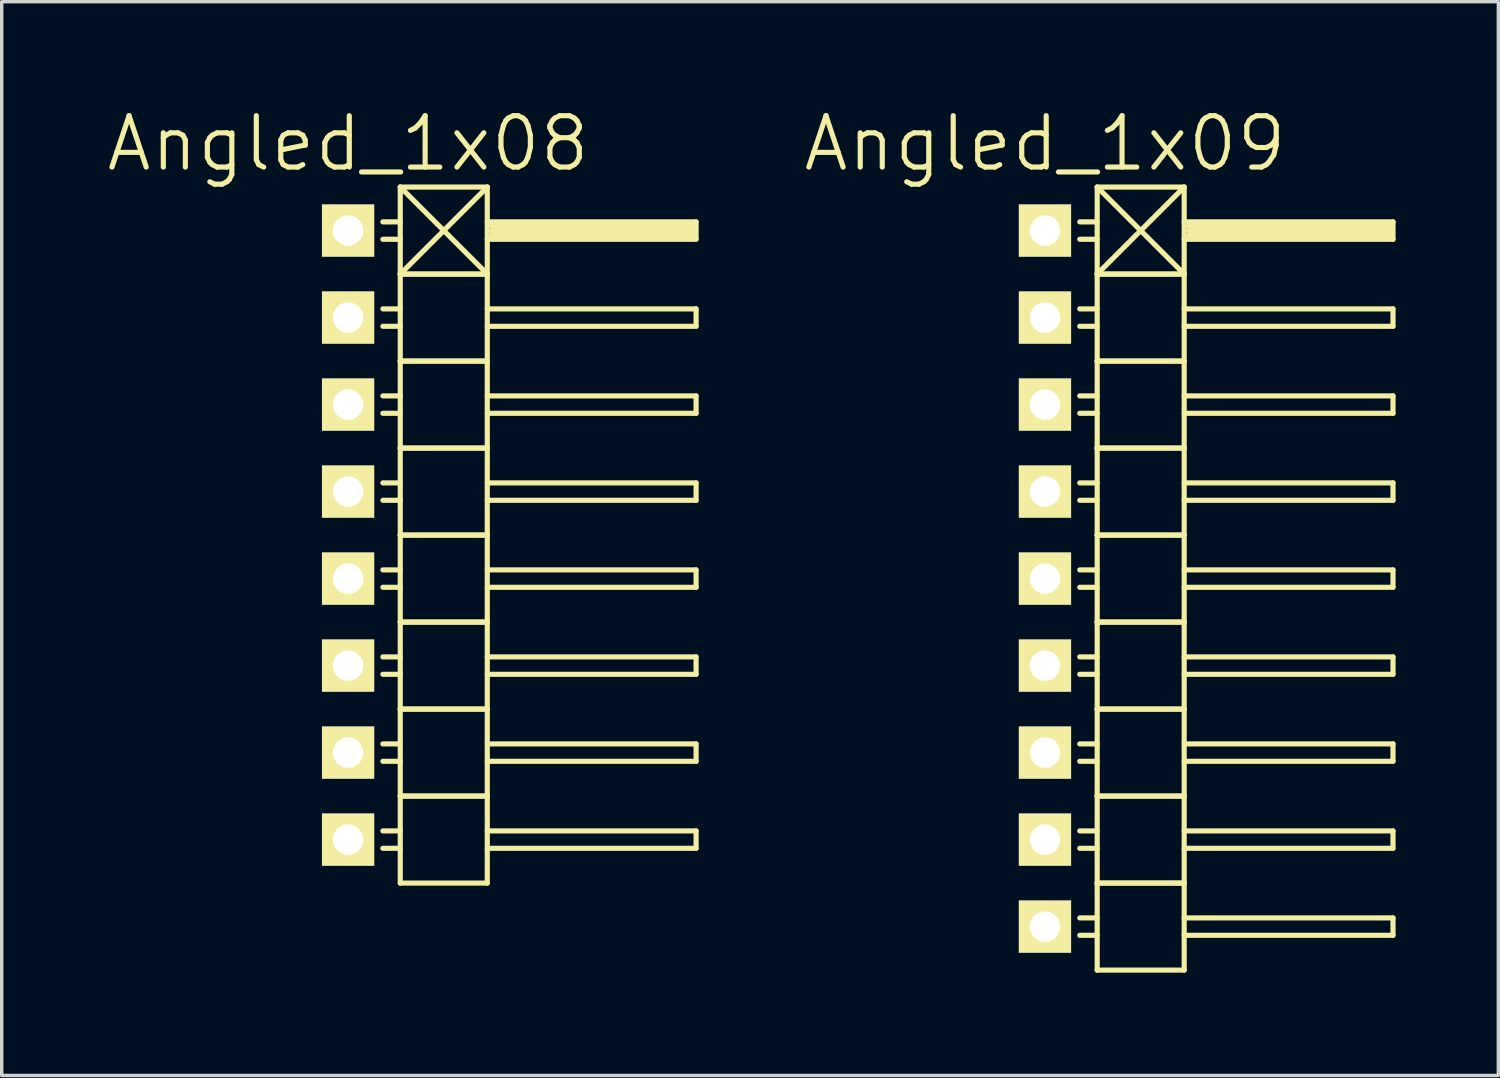
<source format=kicad_pcb>
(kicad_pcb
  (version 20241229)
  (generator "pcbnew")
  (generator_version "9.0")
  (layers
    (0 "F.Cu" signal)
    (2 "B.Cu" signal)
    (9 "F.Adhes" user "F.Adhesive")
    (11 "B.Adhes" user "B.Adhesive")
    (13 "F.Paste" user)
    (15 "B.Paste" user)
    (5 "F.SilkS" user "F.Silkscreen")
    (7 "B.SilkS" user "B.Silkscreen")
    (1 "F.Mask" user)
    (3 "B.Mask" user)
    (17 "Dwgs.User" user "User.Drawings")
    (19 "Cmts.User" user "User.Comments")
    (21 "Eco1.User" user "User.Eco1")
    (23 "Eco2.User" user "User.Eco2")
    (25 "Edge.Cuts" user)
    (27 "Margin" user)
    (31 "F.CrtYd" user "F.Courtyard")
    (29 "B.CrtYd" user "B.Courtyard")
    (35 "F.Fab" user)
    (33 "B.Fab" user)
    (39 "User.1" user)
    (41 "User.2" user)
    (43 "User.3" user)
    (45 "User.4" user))
  (footprint "Angled_1x09"
    (layer "F.Cu")
    (at 27.456 13.841)
    (property "Reference" "Angled_1x09" (at 0 -12.7 0) (layer "F.SilkS") (effects (font (size 1.5 1.5) (thickness 0.15))))
    (attr through_hole)
    (fp_line (start 1.524 -11.43) (end 1.524 -8.89) (stroke (width 0.15) (type solid)) (layer "F.SilkS"))
    (fp_line (start 1.524 -11.43) (end 4.064 -11.43) (stroke (width 0.15) (type solid)) (layer "F.SilkS"))
    (fp_line (start 1.524 -10.414) (end 1.016 -10.414) (stroke (width 0.15) (type solid)) (layer "F.SilkS"))
    (fp_line (start 1.524 -9.906) (end 1.016 -9.906) (stroke (width 0.15) (type solid)) (layer "F.SilkS"))
    (fp_line (start 1.524 -8.89) (end 1.524 -6.35) (stroke (width 0.15) (type solid)) (layer "F.SilkS"))
    (fp_line (start 1.524 -8.89) (end 4.064 -8.89) (stroke (width 0.15) (type solid)) (layer "F.SilkS"))
    (fp_line (start 1.524 -8.89) (end 4.064 -8.89) (stroke (width 0.15) (type solid)) (layer "F.SilkS"))
    (fp_line (start 1.524 -7.874) (end 1.016 -7.874) (stroke (width 0.15) (type solid)) (layer "F.SilkS"))
    (fp_line (start 1.524 -7.366) (end 1.016 -7.366) (stroke (width 0.15) (type solid)) (layer "F.SilkS"))
    (fp_line (start 1.524 -6.35) (end 1.524 -3.81) (stroke (width 0.15) (type solid)) (layer "F.SilkS"))
    (fp_line (start 1.524 -6.35) (end 4.064 -6.35) (stroke (width 0.15) (type solid)) (layer "F.SilkS"))
    (fp_line (start 1.524 -6.35) (end 4.064 -6.35) (stroke (width 0.15) (type solid)) (layer "F.SilkS"))
    (fp_line (start 1.524 -5.334) (end 1.016 -5.334) (stroke (width 0.15) (type solid)) (layer "F.SilkS"))
    (fp_line (start 1.524 -4.826) (end 1.016 -4.826) (stroke (width 0.15) (type solid)) (layer "F.SilkS"))
    (fp_line (start 1.524 -3.81) (end 1.524 -1.27) (stroke (width 0.15) (type solid)) (layer "F.SilkS"))
    (fp_line (start 1.524 -3.81) (end 4.064 -3.81) (stroke (width 0.15) (type solid)) (layer "F.SilkS"))
    (fp_line (start 1.524 -3.81) (end 4.064 -3.81) (stroke (width 0.15) (type solid)) (layer "F.SilkS"))
    (fp_line (start 1.524 -2.794) (end 1.016 -2.794) (stroke (width 0.15) (type solid)) (layer "F.SilkS"))
    (fp_line (start 1.524 -2.286) (end 1.016 -2.286) (stroke (width 0.15) (type solid)) (layer "F.SilkS"))
    (fp_line (start 1.524 -1.27) (end 1.524 1.27) (stroke (width 0.15) (type solid)) (layer "F.SilkS"))
    (fp_line (start 1.524 -1.27) (end 4.064 -1.27) (stroke (width 0.15) (type solid)) (layer "F.SilkS"))
    (fp_line (start 1.524 -1.27) (end 4.064 -1.27) (stroke (width 0.15) (type solid)) (layer "F.SilkS"))
    (fp_line (start 1.524 -0.254) (end 1.016 -0.254) (stroke (width 0.15) (type solid)) (layer "F.SilkS"))
    (fp_line (start 1.524 0.254) (end 1.016 0.254) (stroke (width 0.15) (type solid)) (layer "F.SilkS"))
    (fp_line (start 1.524 1.27) (end 1.524 3.81) (stroke (width 0.15) (type solid)) (layer "F.SilkS"))
    (fp_line (start 1.524 1.27) (end 4.064 1.27) (stroke (width 0.15) (type solid)) (layer "F.SilkS"))
    (fp_line (start 1.524 1.27) (end 4.064 1.27) (stroke (width 0.15) (type solid)) (layer "F.SilkS"))
    (fp_line (start 1.524 2.286) (end 1.016 2.286) (stroke (width 0.15) (type solid)) (layer "F.SilkS"))
    (fp_line (start 1.524 2.794) (end 1.016 2.794) (stroke (width 0.15) (type solid)) (layer "F.SilkS"))
    (fp_line (start 1.524 3.81) (end 1.524 6.35) (stroke (width 0.15) (type solid)) (layer "F.SilkS"))
    (fp_line (start 1.524 3.81) (end 4.064 3.81) (stroke (width 0.15) (type solid)) (layer "F.SilkS"))
    (fp_line (start 1.524 3.81) (end 4.064 3.81) (stroke (width 0.15) (type solid)) (layer "F.SilkS"))
    (fp_line (start 1.524 4.826) (end 1.016 4.826) (stroke (width 0.15) (type solid)) (layer "F.SilkS"))
    (fp_line (start 1.524 5.334) (end 1.016 5.334) (stroke (width 0.15) (type solid)) (layer "F.SilkS"))
    (fp_line (start 1.524 6.35) (end 1.524 8.89) (stroke (width 0.15) (type solid)) (layer "F.SilkS"))
    (fp_line (start 1.524 6.35) (end 4.064 6.35) (stroke (width 0.15) (type solid)) (layer "F.SilkS"))
    (fp_line (start 1.524 6.35) (end 4.064 6.35) (stroke (width 0.15) (type solid)) (layer "F.SilkS"))
    (fp_line (start 1.524 7.366) (end 1.016 7.366) (stroke (width 0.15) (type solid)) (layer "F.SilkS"))
    (fp_line (start 1.524 7.874) (end 1.016 7.874) (stroke (width 0.15) (type solid)) (layer "F.SilkS"))
    (fp_line (start 1.524 8.89) (end 1.524 11.43) (stroke (width 0.15) (type solid)) (layer "F.SilkS"))
    (fp_line (start 1.524 8.89) (end 4.064 8.89) (stroke (width 0.15) (type solid)) (layer "F.SilkS"))
    (fp_line (start 1.524 8.89) (end 4.064 8.89) (stroke (width 0.15) (type solid)) (layer "F.SilkS"))
    (fp_line (start 1.524 9.906) (end 1.016 9.906) (stroke (width 0.15) (type solid)) (layer "F.SilkS"))
    (fp_line (start 1.524 10.414) (end 1.016 10.414) (stroke (width 0.15) (type solid)) (layer "F.SilkS"))
    (fp_line (start 1.524 11.43) (end 4.064 11.43) (stroke (width 0.15) (type solid)) (layer "F.SilkS"))
    (fp_line (start 4.064 -11.43) (end 1.524 -8.89) (stroke (width 0.15) (type solid)) (layer "F.SilkS"))
    (fp_line (start 4.064 -10.414) (end 10.16 -10.414) (stroke (width 0.15) (type solid)) (layer "F.SilkS"))
    (fp_line (start 4.064 -8.89) (end 1.524 -11.43) (stroke (width 0.15) (type solid)) (layer "F.SilkS"))
    (fp_line (start 4.064 -8.89) (end 4.064 -11.43) (stroke (width 0.15) (type solid)) (layer "F.SilkS"))
    (fp_line (start 4.064 -7.874) (end 10.16 -7.874) (stroke (width 0.15) (type solid)) (layer "F.SilkS"))
    (fp_line (start 4.064 -6.35) (end 4.064 -8.89) (stroke (width 0.15) (type solid)) (layer "F.SilkS"))
    (fp_line (start 4.064 -5.334) (end 10.16 -5.334) (stroke (width 0.15) (type solid)) (layer "F.SilkS"))
    (fp_line (start 4.064 -3.81) (end 4.064 -6.35) (stroke (width 0.15) (type solid)) (layer "F.SilkS"))
    (fp_line (start 4.064 -2.794) (end 10.16 -2.794) (stroke (width 0.15) (type solid)) (layer "F.SilkS"))
    (fp_line (start 4.064 -1.27) (end 4.064 -3.81) (stroke (width 0.15) (type solid)) (layer "F.SilkS"))
    (fp_line (start 4.064 -0.254) (end 10.16 -0.254) (stroke (width 0.15) (type solid)) (layer "F.SilkS"))
    (fp_line (start 4.064 1.27) (end 4.064 -1.27) (stroke (width 0.15) (type solid)) (layer "F.SilkS"))
    (fp_line (start 4.064 2.286) (end 10.16 2.286) (stroke (width 0.15) (type solid)) (layer "F.SilkS"))
    (fp_line (start 4.064 3.81) (end 4.064 1.27) (stroke (width 0.15) (type solid)) (layer "F.SilkS"))
    (fp_line (start 4.064 4.826) (end 10.16 4.826) (stroke (width 0.15) (type solid)) (layer "F.SilkS"))
    (fp_line (start 4.064 6.35) (end 4.064 3.81) (stroke (width 0.15) (type solid)) (layer "F.SilkS"))
    (fp_line (start 4.064 7.366) (end 10.16 7.366) (stroke (width 0.15) (type solid)) (layer "F.SilkS"))
    (fp_line (start 4.064 8.89) (end 4.064 6.35) (stroke (width 0.15) (type solid)) (layer "F.SilkS"))
    (fp_line (start 4.064 9.906) (end 10.16 9.906) (stroke (width 0.15) (type solid)) (layer "F.SilkS"))
    (fp_line (start 4.064 11.43) (end 4.064 8.89) (stroke (width 0.15) (type solid)) (layer "F.SilkS"))
    (fp_line (start 4.191 -10.287) (end 10.033 -10.287) (stroke (width 0.15) (type solid)) (layer "F.SilkS"))
    (fp_line (start 4.191 -10.16) (end 10.033 -10.16) (stroke (width 0.15) (type solid)) (layer "F.SilkS"))
    (fp_line (start 10.033 -10.287) (end 10.033 -10.033) (stroke (width 0.15) (type solid)) (layer "F.SilkS"))
    (fp_line (start 10.033 -10.033) (end 4.191 -10.033) (stroke (width 0.15) (type solid)) (layer "F.SilkS"))
    (fp_line (start 10.16 -10.414) (end 10.16 -9.906) (stroke (width 0.15) (type solid)) (layer "F.SilkS"))
    (fp_line (start 10.16 -9.906) (end 4.064 -9.906) (stroke (width 0.15) (type solid)) (layer "F.SilkS"))
    (fp_line (start 10.16 -7.874) (end 10.16 -7.366) (stroke (width 0.15) (type solid)) (layer "F.SilkS"))
    (fp_line (start 10.16 -7.366) (end 4.064 -7.366) (stroke (width 0.15) (type solid)) (layer "F.SilkS"))
    (fp_line (start 10.16 -5.334) (end 10.16 -4.826) (stroke (width 0.15) (type solid)) (layer "F.SilkS"))
    (fp_line (start 10.16 -4.826) (end 4.064 -4.826) (stroke (width 0.15) (type solid)) (layer "F.SilkS"))
    (fp_line (start 10.16 -2.794) (end 10.16 -2.286) (stroke (width 0.15) (type solid)) (layer "F.SilkS"))
    (fp_line (start 10.16 -2.286) (end 4.064 -2.286) (stroke (width 0.15) (type solid)) (layer "F.SilkS"))
    (fp_line (start 10.16 -0.254) (end 10.16 0.254) (stroke (width 0.15) (type solid)) (layer "F.SilkS"))
    (fp_line (start 10.16 0.254) (end 4.064 0.254) (stroke (width 0.15) (type solid)) (layer "F.SilkS"))
    (fp_line (start 10.16 2.286) (end 10.16 2.794) (stroke (width 0.15) (type solid)) (layer "F.SilkS"))
    (fp_line (start 10.16 2.794) (end 4.064 2.794) (stroke (width 0.15) (type solid)) (layer "F.SilkS"))
    (fp_line (start 10.16 4.826) (end 10.16 5.334) (stroke (width 0.15) (type solid)) (layer "F.SilkS"))
    (fp_line (start 10.16 5.334) (end 4.064 5.334) (stroke (width 0.15) (type solid)) (layer "F.SilkS"))
    (fp_line (start 10.16 7.366) (end 10.16 7.874) (stroke (width 0.15) (type solid)) (layer "F.SilkS"))
    (fp_line (start 10.16 7.874) (end 4.064 7.874) (stroke (width 0.15) (type solid)) (layer "F.SilkS"))
    (fp_line (start 10.16 9.906) (end 10.16 10.414) (stroke (width 0.15) (type solid)) (layer "F.SilkS"))
    (fp_line (start 10.16 10.414) (end 4.064 10.414) (stroke (width 0.15) (type solid)) (layer "F.SilkS"))
    (pad "1" thru_hole rect (at 0 -10.16) (size 1.524 1.524) (drill 0.889) (layers "*.Cu" "*.Mask" "F.SilkS"))
    (pad "2" thru_hole rect (at 0 -7.62) (size 1.524 1.524) (drill 0.889) (layers "*.Cu" "*.Mask" "F.SilkS"))
    (pad "3" thru_hole rect (at 0 -5.08) (size 1.524 1.524) (drill 0.889) (layers "*.Cu" "*.Mask" "F.SilkS"))
    (pad "4" thru_hole rect (at 0 -2.54) (size 1.524 1.524) (drill 0.889) (layers "*.Cu" "*.Mask" "F.SilkS"))
    (pad "5" thru_hole rect (at 0 0) (size 1.524 1.524) (drill 0.889) (layers "*.Cu" "*.Mask" "F.SilkS"))
    (pad "6" thru_hole rect (at 0 2.54) (size 1.524 1.524) (drill 0.889) (layers "*.Cu" "*.Mask" "F.SilkS"))
    (pad "7" thru_hole rect (at 0 5.08) (size 1.524 1.524) (drill 0.889) (layers "*.Cu" "*.Mask" "F.SilkS"))
    (pad "8" thru_hole rect (at 0 7.62) (size 1.524 1.524) (drill 0.889) (layers "*.Cu" "*.Mask" "F.SilkS"))
    (pad "9" thru_hole rect (at 0 10.16) (size 1.524 1.524) (drill 0.889) (layers "*.Cu" "*.Mask" "F.SilkS")))
  (footprint "Angled_1x08"
    (layer "F.Cu")
    (at 7.111 12.571)
    (property "Reference" "Angled_1x08" (at 0 -11.43 0) (layer "F.SilkS") (effects (font (size 1.5 1.5) (thickness 0.15))))
    (attr through_hole)
    (fp_line (start 1.524 -10.16) (end 1.524 -7.62) (stroke (width 0.15) (type solid)) (layer "F.SilkS"))
    (fp_line (start 1.524 -10.16) (end 4.064 -10.16) (stroke (width 0.15) (type solid)) (layer "F.SilkS"))
    (fp_line (start 1.524 -9.144) (end 1.016 -9.144) (stroke (width 0.15) (type solid)) (layer "F.SilkS"))
    (fp_line (start 1.524 -8.636) (end 1.016 -8.636) (stroke (width 0.15) (type solid)) (layer "F.SilkS"))
    (fp_line (start 1.524 -7.62) (end 1.524 -5.08) (stroke (width 0.15) (type solid)) (layer "F.SilkS"))
    (fp_line (start 1.524 -7.62) (end 4.064 -7.62) (stroke (width 0.15) (type solid)) (layer "F.SilkS"))
    (fp_line (start 1.524 -7.62) (end 4.064 -7.62) (stroke (width 0.15) (type solid)) (layer "F.SilkS"))
    (fp_line (start 1.524 -6.604) (end 1.016 -6.604) (stroke (width 0.15) (type solid)) (layer "F.SilkS"))
    (fp_line (start 1.524 -6.096) (end 1.016 -6.096) (stroke (width 0.15) (type solid)) (layer "F.SilkS"))
    (fp_line (start 1.524 -5.08) (end 1.524 -2.54) (stroke (width 0.15) (type solid)) (layer "F.SilkS"))
    (fp_line (start 1.524 -5.08) (end 4.064 -5.08) (stroke (width 0.15) (type solid)) (layer "F.SilkS"))
    (fp_line (start 1.524 -5.08) (end 4.064 -5.08) (stroke (width 0.15) (type solid)) (layer "F.SilkS"))
    (fp_line (start 1.524 -4.064) (end 1.016 -4.064) (stroke (width 0.15) (type solid)) (layer "F.SilkS"))
    (fp_line (start 1.524 -3.556) (end 1.016 -3.556) (stroke (width 0.15) (type solid)) (layer "F.SilkS"))
    (fp_line (start 1.524 -2.54) (end 1.524 0) (stroke (width 0.15) (type solid)) (layer "F.SilkS"))
    (fp_line (start 1.524 -2.54) (end 4.064 -2.54) (stroke (width 0.15) (type solid)) (layer "F.SilkS"))
    (fp_line (start 1.524 -2.54) (end 4.064 -2.54) (stroke (width 0.15) (type solid)) (layer "F.SilkS"))
    (fp_line (start 1.524 -1.524) (end 1.016 -1.524) (stroke (width 0.15) (type solid)) (layer "F.SilkS"))
    (fp_line (start 1.524 -1.016) (end 1.016 -1.016) (stroke (width 0.15) (type solid)) (layer "F.SilkS"))
    (fp_line (start 1.524 0) (end 1.524 2.54) (stroke (width 0.15) (type solid)) (layer "F.SilkS"))
    (fp_line (start 1.524 0) (end 4.064 0) (stroke (width 0.15) (type solid)) (layer "F.SilkS"))
    (fp_line (start 1.524 0) (end 4.064 0) (stroke (width 0.15) (type solid)) (layer "F.SilkS"))
    (fp_line (start 1.524 1.016) (end 1.016 1.016) (stroke (width 0.15) (type solid)) (layer "F.SilkS"))
    (fp_line (start 1.524 1.524) (end 1.016 1.524) (stroke (width 0.15) (type solid)) (layer "F.SilkS"))
    (fp_line (start 1.524 2.54) (end 1.524 5.08) (stroke (width 0.15) (type solid)) (layer "F.SilkS"))
    (fp_line (start 1.524 2.54) (end 4.064 2.54) (stroke (width 0.15) (type solid)) (layer "F.SilkS"))
    (fp_line (start 1.524 2.54) (end 4.064 2.54) (stroke (width 0.15) (type solid)) (layer "F.SilkS"))
    (fp_line (start 1.524 3.556) (end 1.016 3.556) (stroke (width 0.15) (type solid)) (layer "F.SilkS"))
    (fp_line (start 1.524 4.064) (end 1.016 4.064) (stroke (width 0.15) (type solid)) (layer "F.SilkS"))
    (fp_line (start 1.524 5.08) (end 1.524 7.62) (stroke (width 0.15) (type solid)) (layer "F.SilkS"))
    (fp_line (start 1.524 5.08) (end 4.064 5.08) (stroke (width 0.15) (type solid)) (layer "F.SilkS"))
    (fp_line (start 1.524 5.08) (end 4.064 5.08) (stroke (width 0.15) (type solid)) (layer "F.SilkS"))
    (fp_line (start 1.524 6.096) (end 1.016 6.096) (stroke (width 0.15) (type solid)) (layer "F.SilkS"))
    (fp_line (start 1.524 6.604) (end 1.016 6.604) (stroke (width 0.15) (type solid)) (layer "F.SilkS"))
    (fp_line (start 1.524 7.62) (end 1.524 10.16) (stroke (width 0.15) (type solid)) (layer "F.SilkS"))
    (fp_line (start 1.524 7.62) (end 4.064 7.62) (stroke (width 0.15) (type solid)) (layer "F.SilkS"))
    (fp_line (start 1.524 7.62) (end 4.064 7.62) (stroke (width 0.15) (type solid)) (layer "F.SilkS"))
    (fp_line (start 1.524 8.636) (end 1.016 8.636) (stroke (width 0.15) (type solid)) (layer "F.SilkS"))
    (fp_line (start 1.524 9.144) (end 1.016 9.144) (stroke (width 0.15) (type solid)) (layer "F.SilkS"))
    (fp_line (start 1.524 10.16) (end 4.064 10.16) (stroke (width 0.15) (type solid)) (layer "F.SilkS"))
    (fp_line (start 4.064 -10.16) (end 1.524 -7.62) (stroke (width 0.15) (type solid)) (layer "F.SilkS"))
    (fp_line (start 4.064 -9.144) (end 10.16 -9.144) (stroke (width 0.15) (type solid)) (layer "F.SilkS"))
    (fp_line (start 4.064 -7.62) (end 1.524 -10.16) (stroke (width 0.15) (type solid)) (layer "F.SilkS"))
    (fp_line (start 4.064 -7.62) (end 4.064 -10.16) (stroke (width 0.15) (type solid)) (layer "F.SilkS"))
    (fp_line (start 4.064 -6.604) (end 10.16 -6.604) (stroke (width 0.15) (type solid)) (layer "F.SilkS"))
    (fp_line (start 4.064 -5.08) (end 4.064 -7.62) (stroke (width 0.15) (type solid)) (layer "F.SilkS"))
    (fp_line (start 4.064 -4.064) (end 10.16 -4.064) (stroke (width 0.15) (type solid)) (layer "F.SilkS"))
    (fp_line (start 4.064 -2.54) (end 4.064 -5.08) (stroke (width 0.15) (type solid)) (layer "F.SilkS"))
    (fp_line (start 4.064 -1.524) (end 10.16 -1.524) (stroke (width 0.15) (type solid)) (layer "F.SilkS"))
    (fp_line (start 4.064 0) (end 4.064 -2.54) (stroke (width 0.15) (type solid)) (layer "F.SilkS"))
    (fp_line (start 4.064 1.016) (end 10.16 1.016) (stroke (width 0.15) (type solid)) (layer "F.SilkS"))
    (fp_line (start 4.064 2.54) (end 4.064 0) (stroke (width 0.15) (type solid)) (layer "F.SilkS"))
    (fp_line (start 4.064 3.556) (end 10.16 3.556) (stroke (width 0.15) (type solid)) (layer "F.SilkS"))
    (fp_line (start 4.064 5.08) (end 4.064 2.54) (stroke (width 0.15) (type solid)) (layer "F.SilkS"))
    (fp_line (start 4.064 6.096) (end 10.16 6.096) (stroke (width 0.15) (type solid)) (layer "F.SilkS"))
    (fp_line (start 4.064 7.62) (end 4.064 5.08) (stroke (width 0.15) (type solid)) (layer "F.SilkS"))
    (fp_line (start 4.064 8.636) (end 10.16 8.636) (stroke (width 0.15) (type solid)) (layer "F.SilkS"))
    (fp_line (start 4.064 10.16) (end 4.064 7.62) (stroke (width 0.15) (type solid)) (layer "F.SilkS"))
    (fp_line (start 4.191 -9.017) (end 10.033 -9.017) (stroke (width 0.15) (type solid)) (layer "F.SilkS"))
    (fp_line (start 4.191 -8.89) (end 10.033 -8.89) (stroke (width 0.15) (type solid)) (layer "F.SilkS"))
    (fp_line (start 10.033 -9.017) (end 10.033 -8.763) (stroke (width 0.15) (type solid)) (layer "F.SilkS"))
    (fp_line (start 10.033 -8.763) (end 4.191 -8.763) (stroke (width 0.15) (type solid)) (layer "F.SilkS"))
    (fp_line (start 10.16 -9.144) (end 10.16 -8.636) (stroke (width 0.15) (type solid)) (layer "F.SilkS"))
    (fp_line (start 10.16 -8.636) (end 4.064 -8.636) (stroke (width 0.15) (type solid)) (layer "F.SilkS"))
    (fp_line (start 10.16 -6.604) (end 10.16 -6.096) (stroke (width 0.15) (type solid)) (layer "F.SilkS"))
    (fp_line (start 10.16 -6.096) (end 4.064 -6.096) (stroke (width 0.15) (type solid)) (layer "F.SilkS"))
    (fp_line (start 10.16 -4.064) (end 10.16 -3.556) (stroke (width 0.15) (type solid)) (layer "F.SilkS"))
    (fp_line (start 10.16 -3.556) (end 4.064 -3.556) (stroke (width 0.15) (type solid)) (layer "F.SilkS"))
    (fp_line (start 10.16 -1.524) (end 10.16 -1.016) (stroke (width 0.15) (type solid)) (layer "F.SilkS"))
    (fp_line (start 10.16 -1.016) (end 4.064 -1.016) (stroke (width 0.15) (type solid)) (layer "F.SilkS"))
    (fp_line (start 10.16 1.016) (end 10.16 1.524) (stroke (width 0.15) (type solid)) (layer "F.SilkS"))
    (fp_line (start 10.16 1.524) (end 4.064 1.524) (stroke (width 0.15) (type solid)) (layer "F.SilkS"))
    (fp_line (start 10.16 3.556) (end 10.16 4.064) (stroke (width 0.15) (type solid)) (layer "F.SilkS"))
    (fp_line (start 10.16 4.064) (end 4.064 4.064) (stroke (width 0.15) (type solid)) (layer "F.SilkS"))
    (fp_line (start 10.16 6.096) (end 10.16 6.604) (stroke (width 0.15) (type solid)) (layer "F.SilkS"))
    (fp_line (start 10.16 6.604) (end 4.064 6.604) (stroke (width 0.15) (type solid)) (layer "F.SilkS"))
    (fp_line (start 10.16 8.636) (end 10.16 9.144) (stroke (width 0.15) (type solid)) (layer "F.SilkS"))
    (fp_line (start 10.16 9.144) (end 4.064 9.144) (stroke (width 0.15) (type solid)) (layer "F.SilkS"))
    (pad "1" thru_hole rect (at 0 -8.89) (size 1.524 1.524) (drill 0.889) (layers "*.Cu" "*.Mask" "F.SilkS"))
    (pad "2" thru_hole rect (at 0 -6.35) (size 1.524 1.524) (drill 0.889) (layers "*.Cu" "*.Mask" "F.SilkS"))
    (pad "3" thru_hole rect (at 0 -3.81) (size 1.524 1.524) (drill 0.889) (layers "*.Cu" "*.Mask" "F.SilkS"))
    (pad "4" thru_hole rect (at 0 -1.27) (size 1.524 1.524) (drill 0.889) (layers "*.Cu" "*.Mask" "F.SilkS"))
    (pad "5" thru_hole rect (at 0 1.27) (size 1.524 1.524) (drill 0.889) (layers "*.Cu" "*.Mask" "F.SilkS"))
    (pad "6" thru_hole rect (at 0 3.81) (size 1.524 1.524) (drill 0.889) (layers "*.Cu" "*.Mask" "F.SilkS"))
    (pad "7" thru_hole rect (at 0 6.35) (size 1.524 1.524) (drill 0.889) (layers "*.Cu" "*.Mask" "F.SilkS"))
    (pad "8" thru_hole rect (at 0 8.89) (size 1.524 1.524) (drill 0.889) (layers "*.Cu" "*.Mask" "F.SilkS")))
  (gr_rect
    (start -3 -3)
    (end 40.691 28.346)
    (stroke (width 0.1) (type default))
    (fill no)
    (layer "Edge.Cuts")))
</source>
